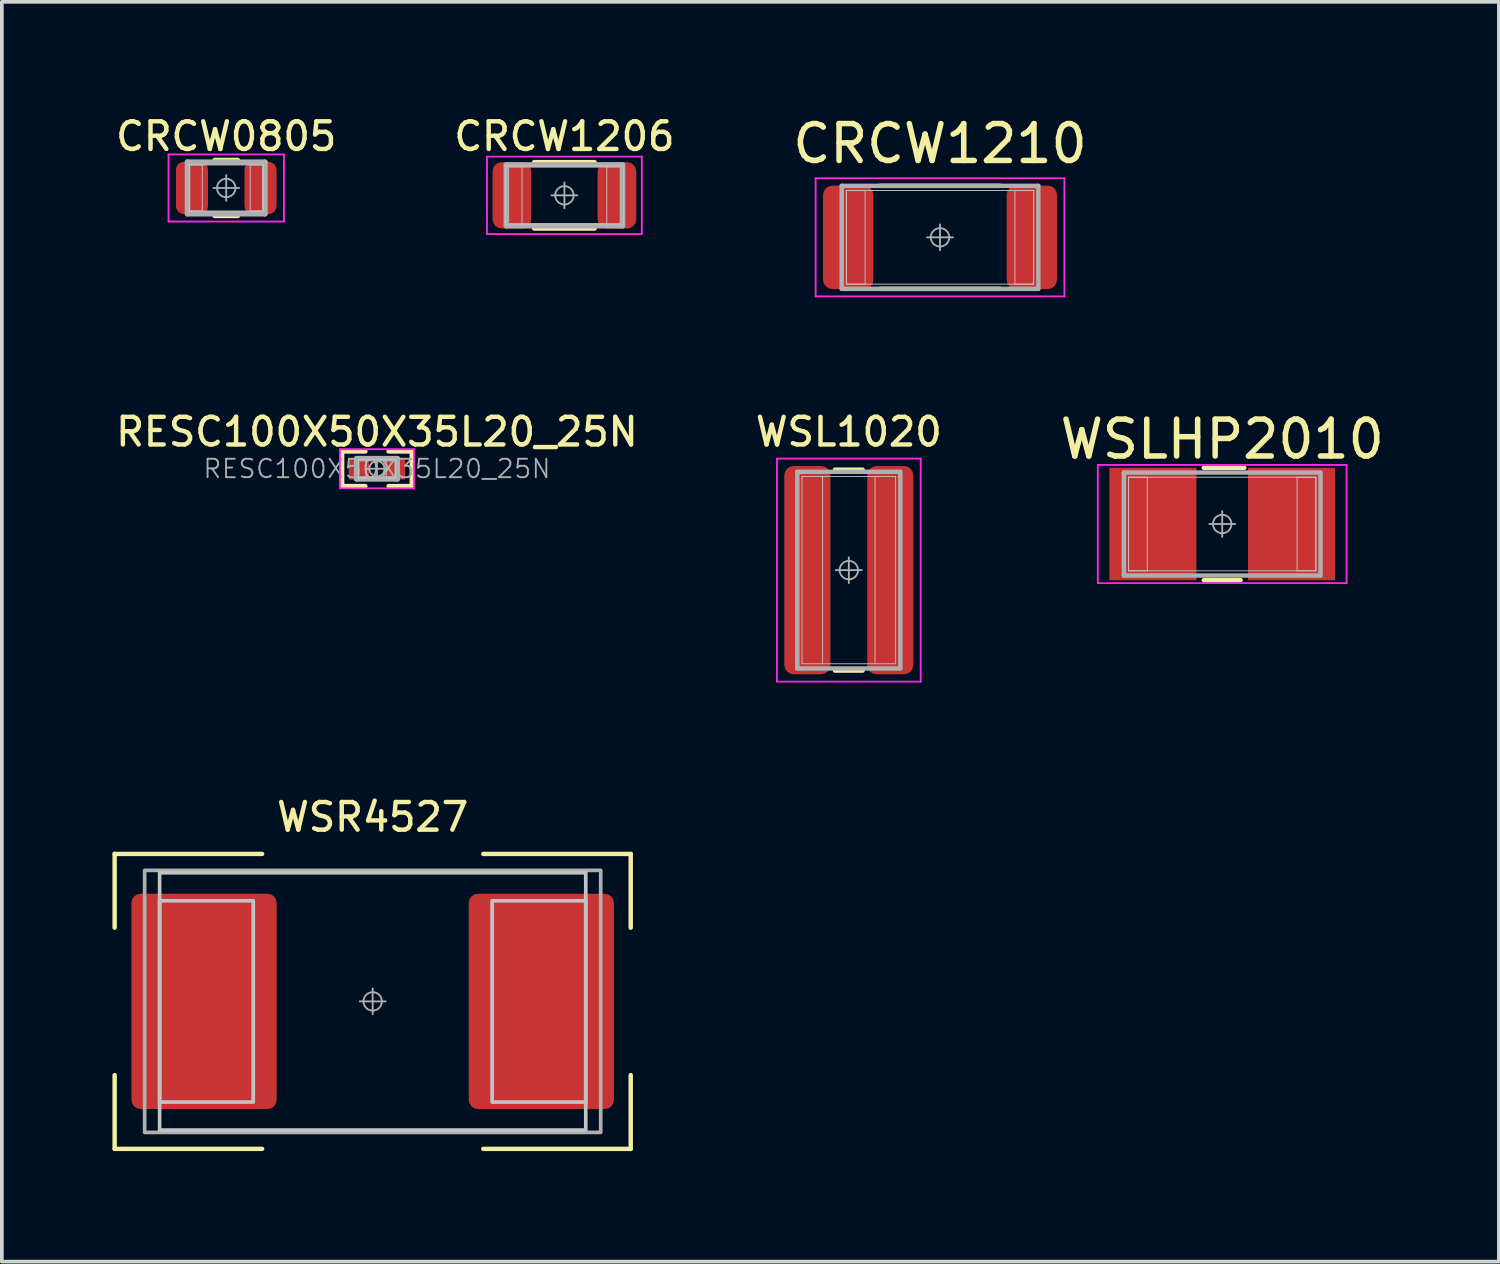
<source format=kicad_pcb>
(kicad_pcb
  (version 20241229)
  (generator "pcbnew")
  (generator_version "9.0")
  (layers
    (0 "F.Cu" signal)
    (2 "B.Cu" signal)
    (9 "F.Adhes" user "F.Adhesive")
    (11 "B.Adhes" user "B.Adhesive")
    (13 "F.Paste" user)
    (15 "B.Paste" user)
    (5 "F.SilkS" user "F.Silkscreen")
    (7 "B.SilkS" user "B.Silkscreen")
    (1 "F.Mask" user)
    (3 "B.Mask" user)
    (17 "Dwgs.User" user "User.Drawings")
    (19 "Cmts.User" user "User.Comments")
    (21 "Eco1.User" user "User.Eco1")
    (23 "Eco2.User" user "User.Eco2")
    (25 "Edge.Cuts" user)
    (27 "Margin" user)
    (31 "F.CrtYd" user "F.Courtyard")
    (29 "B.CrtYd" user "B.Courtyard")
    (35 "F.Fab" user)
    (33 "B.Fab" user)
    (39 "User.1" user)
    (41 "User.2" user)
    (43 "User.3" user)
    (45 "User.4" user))
  (footprint "CRCW1210"
    (layer "F.Cu")
    (at 22.45 3.388)
    (property "Reference" "CRCW1210" (at 0 -2.54 0) (layer "F.SilkS") (effects (font (size 1 1) (thickness 0.15))))
    (attr smd)
    (fp_line (start -1.628 -1.397) (end 1.628 -1.397) (stroke (width 0.12) (type solid)) (layer "F.SilkS"))
    (fp_line (start -1.628 1.397) (end 1.628 1.397) (stroke (width 0.12) (type solid)) (layer "F.SilkS"))
    (fp_line (start -2.54 -1.27) (end -2.032 -1.27) (stroke (width 0.025) (type solid)) (layer "Dwgs.User"))
    (fp_line (start -2.54 -1.27) (end 2.54 -1.27) (stroke (width 0.025) (type solid)) (layer "Dwgs.User"))
    (fp_line (start -2.54 1.27) (end -2.54 -1.27) (stroke (width 0.025) (type solid)) (layer "Dwgs.User"))
    (fp_line (start -2.54 1.27) (end -2.54 -1.27) (stroke (width 0.025) (type solid)) (layer "Dwgs.User"))
    (fp_line (start -2.032 -1.27) (end -2.032 1.27) (stroke (width 0.025) (type solid)) (layer "Dwgs.User"))
    (fp_line (start -2.032 1.27) (end -2.54 1.27) (stroke (width 0.025) (type solid)) (layer "Dwgs.User"))
    (fp_line (start 2.032 -1.27) (end 2.54 -1.27) (stroke (width 0.025) (type solid)) (layer "Dwgs.User"))
    (fp_line (start 2.032 1.27) (end 2.032 -1.27) (stroke (width 0.025) (type solid)) (layer "Dwgs.User"))
    (fp_line (start 2.54 -1.27) (end 2.54 1.27) (stroke (width 0.025) (type solid)) (layer "Dwgs.User"))
    (fp_line (start 2.54 -1.27) (end 2.54 1.27) (stroke (width 0.025) (type solid)) (layer "Dwgs.User"))
    (fp_line (start 2.54 1.27) (end -2.54 1.27) (stroke (width 0.025) (type solid)) (layer "Dwgs.User"))
    (fp_line (start 2.54 1.27) (end 2.032 1.27) (stroke (width 0.025) (type solid)) (layer "Dwgs.User"))
    (fp_line (start -3.374 -1.603) (end 3.374 -1.603) (stroke (width 0.05) (type solid)) (layer "F.CrtYd"))
    (fp_line (start -3.374 1.603) (end -3.374 -1.603) (stroke (width 0.05) (type solid)) (layer "F.CrtYd"))
    (fp_line (start 3.374 -1.603) (end 3.374 1.603) (stroke (width 0.05) (type solid)) (layer "F.CrtYd"))
    (fp_line (start 3.374 1.603) (end -3.374 1.603) (stroke (width 0.05) (type solid)) (layer "F.CrtYd"))
    (fp_line (start -2.667 -1.397) (end 2.667 -1.397) (stroke (width 0.12) (type solid)) (layer "F.Fab"))
    (fp_line (start -2.667 1.397) (end -2.667 -1.397) (stroke (width 0.12) (type solid)) (layer "F.Fab"))
    (fp_line (start 0 -0.35) (end 0 0.35) (stroke (width 0.05) (type solid)) (layer "F.Fab"))
    (fp_line (start 0.35 0) (end -0.35 0) (stroke (width 0.05) (type solid)) (layer "F.Fab"))
    (fp_line (start 2.667 -1.397) (end 2.667 1.397) (stroke (width 0.12) (type solid)) (layer "F.Fab"))
    (fp_line (start 2.667 1.397) (end -2.667 1.397) (stroke (width 0.12) (type solid)) (layer "F.Fab"))
    (fp_circle (center 0 0) (end 0.25 0) (stroke (width 0.05) (type solid)) (fill no) (layer "F.Fab"))
    (pad "1" smd roundrect (at -2.491 0) (size 1.365 2.806) (layers "F.Cu" "F.Mask" "F.Paste") (roundrect_rratio 0.183))
    (pad "2" smd roundrect (at 2.491 0) (size 1.365 2.806) (layers "F.Cu" "F.Mask" "F.Paste") (roundrect_rratio 0.183)))
  (footprint "WSR4527"
    (layer "F.Cu")
    (at 7.06 24.115)
    (property "Reference" "WSR4527" (at 0 -5 0) (layer "F.SilkS") (effects (font (size 0.75 0.75) (thickness 0.12))))
    (attr smd)
    (fp_line (start -7 -4) (end -7 -2) (stroke (width 0.12) (type solid)) (layer "F.SilkS"))
    (fp_line (start -7 2) (end -7 4) (stroke (width 0.12) (type solid)) (layer "F.SilkS"))
    (fp_line (start -7 4) (end -3 4) (stroke (width 0.12) (type solid)) (layer "F.SilkS"))
    (fp_line (start -3 -4) (end -7 -4) (stroke (width 0.12) (type solid)) (layer "F.SilkS"))
    (fp_line (start 3 4) (end 7 4) (stroke (width 0.12) (type solid)) (layer "F.SilkS"))
    (fp_line (start 7 -4) (end 3 -4) (stroke (width 0.12) (type solid)) (layer "F.SilkS"))
    (fp_line (start 7 -2) (end 7 -4) (stroke (width 0.12) (type solid)) (layer "F.SilkS"))
    (fp_line (start 7 4) (end 7 2) (stroke (width 0.12) (type solid)) (layer "F.SilkS"))
    (fp_rect (start -5.78 -3.49) (end 5.78 3.49) (stroke (width 0.1) (type solid)) (fill no) (layer "Dwgs.User"))
    (fp_rect (start -5.78 -2.73) (end -3.24 2.73) (stroke (width 0.1) (type solid)) (fill no) (layer "Dwgs.User"))
    (fp_rect (start 3.24 -2.73) (end 5.78 2.73) (stroke (width 0.1) (type solid)) (fill no) (layer "Dwgs.User"))
    (fp_line (start 0 -0.35) (end 0 0.35) (stroke (width 0.05) (type solid)) (layer "F.Fab"))
    (fp_line (start 0.35 0) (end -0.35 0) (stroke (width 0.05) (type solid)) (layer "F.Fab"))
    (fp_rect (start -6.186 -3.554) (end 6.186 3.554) (stroke (width 0.1) (type solid)) (fill no) (layer "F.Fab"))
    (fp_circle (center 0 0) (end 0.25 0) (stroke (width 0.05) (type solid)) (fill no) (layer "F.Fab"))
    (pad "1" smd roundrect (at -4.575 0) (size 3.94 5.84) (layers "F.Cu" "F.Mask" "F.Paste") (roundrect_rratio 0.063))
    (pad "2" smd roundrect (at 4.575 0) (size 3.94 5.84) (layers "F.Cu" "F.Mask" "F.Paste") (roundrect_rratio 0.063)))
  (footprint "RESC100X50X35L20_25N"
    (layer "F.Cu")
    (at 7.176 9.666)
    (property "Reference" "RESC100X50X35L20_25N" (at 0 -1 0) (layer "F.SilkS") (effects (font (size 0.75 0.75) (thickness 0.12))))
    (attr smd)
    (fp_line (start -0.945 -0.47) (end -0.315 -0.47) (stroke (width 0.12) (type solid)) (layer "F.SilkS"))
    (fp_line (start -0.945 0.47) (end -0.945 -0.47) (stroke (width 0.12) (type solid)) (layer "F.SilkS"))
    (fp_line (start -0.315 0.47) (end -0.945 0.47) (stroke (width 0.12) (type solid)) (layer "F.SilkS"))
    (fp_line (start 0.315 0.47) (end 0.945 0.47) (stroke (width 0.12) (type solid)) (layer "F.SilkS"))
    (fp_line (start 0.945 -0.47) (end 0.315 -0.47) (stroke (width 0.12) (type solid)) (layer "F.SilkS"))
    (fp_line (start 0.945 0.47) (end 0.945 -0.47) (stroke (width 0.12) (type solid)) (layer "F.SilkS"))
    (fp_line (start -0.5 -0.25) (end -0.3 -0.25) (stroke (width 0.025) (type solid)) (layer "Dwgs.User"))
    (fp_line (start -0.5 -0.25) (end 0.5 -0.25) (stroke (width 0.025) (type solid)) (layer "Dwgs.User"))
    (fp_line (start -0.5 0.25) (end -0.5 -0.25) (stroke (width 0.025) (type solid)) (layer "Dwgs.User"))
    (fp_line (start -0.5 0.25) (end -0.5 -0.25) (stroke (width 0.025) (type solid)) (layer "Dwgs.User"))
    (fp_line (start -0.3 -0.25) (end -0.3 0.25) (stroke (width 0.025) (type solid)) (layer "Dwgs.User"))
    (fp_line (start -0.3 0.25) (end -0.5 0.25) (stroke (width 0.025) (type solid)) (layer "Dwgs.User"))
    (fp_line (start 0.25 -0.25) (end 0.5 -0.25) (stroke (width 0.025) (type solid)) (layer "Dwgs.User"))
    (fp_line (start 0.25 0.25) (end 0.25 -0.25) (stroke (width 0.025) (type solid)) (layer "Dwgs.User"))
    (fp_line (start 0.5 -0.25) (end 0.5 0.25) (stroke (width 0.025) (type solid)) (layer "Dwgs.User"))
    (fp_line (start 0.5 -0.25) (end 0.5 0.25) (stroke (width 0.025) (type solid)) (layer "Dwgs.User"))
    (fp_line (start 0.5 0.25) (end -0.5 0.25) (stroke (width 0.025) (type solid)) (layer "Dwgs.User"))
    (fp_line (start 0.5 0.25) (end 0.25 0.25) (stroke (width 0.025) (type solid)) (layer "Dwgs.User"))
    (fp_line (start -1.005 -0.53) (end 1.005 -0.53) (stroke (width 0.05) (type solid)) (layer "F.CrtYd"))
    (fp_line (start -1.005 0.53) (end -1.005 -0.53) (stroke (width 0.05) (type solid)) (layer "F.CrtYd"))
    (fp_line (start 1.005 -0.53) (end 1.005 0.53) (stroke (width 0.05) (type solid)) (layer "F.CrtYd"))
    (fp_line (start 1.005 0.53) (end -1.005 0.53) (stroke (width 0.05) (type solid)) (layer "F.CrtYd"))
    (fp_line (start -0.55 -0.275) (end 0.55 -0.275) (stroke (width 0.15) (type solid)) (layer "F.Fab"))
    (fp_line (start -0.55 0.275) (end -0.55 -0.275) (stroke (width 0.15) (type solid)) (layer "F.Fab"))
    (fp_line (start 0 -0.278) (end 0 0.278) (stroke (width 0.05) (type solid)) (layer "F.Fab"))
    (fp_line (start 0.278 0) (end -0.278 0) (stroke (width 0.05) (type solid)) (layer "F.Fab"))
    (fp_line (start 0.55 -0.275) (end 0.55 0.275) (stroke (width 0.15) (type solid)) (layer "F.Fab"))
    (fp_line (start 0.55 0.275) (end -0.55 0.275) (stroke (width 0.15) (type solid)) (layer "F.Fab"))
    (fp_circle (center 0 0) (end 0.208 0) (stroke (width 0.05) (type solid)) (fill no) (layer "F.Fab"))
    (fp_text user "${REFERENCE}" (at 0 0 0) (layer "F.Fab") (effects (font (size 0.5 0.5) (thickness 0.05))))
    (pad "1" smd rect (at -0.49 0) (size 0.55 0.58) (layers "F.Cu" "F.Mask" "F.Paste"))
    (pad "2" smd rect (at 0.465 0) (size 0.6 0.58) (layers "F.Cu" "F.Mask" "F.Paste")))
  (footprint "WSL1020"
    (layer "F.Cu")
    (at 19.976 12.416)
    (property "Reference" "WSL1020" (at 0 -3.75 0) (layer "F.SilkS") (effects (font (size 0.75 0.75) (thickness 0.12))))
    (attr smd)
    (fp_line (start -0.375 -2.725) (end 0.375 -2.725) (stroke (width 0.12) (type solid)) (layer "F.SilkS"))
    (fp_line (start -0.375 2.725) (end 0.375 2.725) (stroke (width 0.12) (type solid)) (layer "F.SilkS"))
    (fp_line (start -1.27 -2.54) (end 1.27 -2.54) (stroke (width 0.025) (type solid)) (layer "Dwgs.User"))
    (fp_line (start -1.27 2.54) (end -1.27 -2.54) (stroke (width 0.025) (type solid)) (layer "Dwgs.User"))
    (fp_line (start -0.712 -2.54) (end -0.712 2.54) (stroke (width 0.025) (type solid)) (layer "Dwgs.User"))
    (fp_line (start 0.712 2.54) (end 0.712 -2.54) (stroke (width 0.025) (type solid)) (layer "Dwgs.User"))
    (fp_line (start 1.27 -2.54) (end 1.27 2.54) (stroke (width 0.025) (type solid)) (layer "Dwgs.User"))
    (fp_line (start 1.27 2.54) (end -1.27 2.54) (stroke (width 0.025) (type solid)) (layer "Dwgs.User"))
    (fp_line (start -1.95 -3.025) (end 1.95 -3.025) (stroke (width 0.05) (type solid)) (layer "F.CrtYd"))
    (fp_line (start -1.95 3.025) (end -1.95 -3.025) (stroke (width 0.05) (type solid)) (layer "F.CrtYd"))
    (fp_line (start 1.95 -3.025) (end 1.95 3.025) (stroke (width 0.05) (type solid)) (layer "F.CrtYd"))
    (fp_line (start 1.95 3.025) (end -1.95 3.025) (stroke (width 0.05) (type solid)) (layer "F.CrtYd"))
    (fp_line (start -1.397 -2.667) (end 1.397 -2.667) (stroke (width 0.12) (type solid)) (layer "F.Fab"))
    (fp_line (start -1.397 2.667) (end -1.397 -2.667) (stroke (width 0.12) (type solid)) (layer "F.Fab"))
    (fp_line (start 0 -0.35) (end 0 0.35) (stroke (width 0.05) (type solid)) (layer "F.Fab"))
    (fp_line (start 0.35 0) (end -0.35 0) (stroke (width 0.05) (type solid)) (layer "F.Fab"))
    (fp_line (start 1.397 -2.667) (end 1.397 2.667) (stroke (width 0.12) (type solid)) (layer "F.Fab"))
    (fp_line (start 1.397 2.667) (end -1.397 2.667) (stroke (width 0.12) (type solid)) (layer "F.Fab"))
    (fp_circle (center 0 0) (end 0.25 0) (stroke (width 0.05) (type solid)) (fill no) (layer "F.Fab"))
    (pad "1" smd roundrect (at -1.125 0) (size 1.25 5.65) (layers "F.Cu" "F.Mask" "F.Paste") (roundrect_rratio 0.2))
    (pad "2" smd roundrect (at 1.125 0) (size 1.25 5.65) (layers "F.Cu" "F.Mask" "F.Paste") (roundrect_rratio 0.2)))
  (footprint "CRCW0805"
    (layer "F.Cu")
    (at 3.087 2.049)
    (property "Reference" "CRCW0805" (at 0 -1.4 0) (layer "F.SilkS") (effects (font (size 0.75 0.75) (thickness 0.12))))
    (attr smd)
    (fp_line (start -0.315 -0.76) (end 0.315 -0.76) (stroke (width 0.12) (type solid)) (layer "F.SilkS"))
    (fp_line (start -0.315 0.76) (end 0.315 0.76) (stroke (width 0.12) (type solid)) (layer "F.SilkS"))
    (fp_line (start -1 -0.625) (end -0.65 -0.625) (stroke (width 0.025) (type solid)) (layer "Dwgs.User"))
    (fp_line (start -1 -0.625) (end 1 -0.625) (stroke (width 0.025) (type solid)) (layer "Dwgs.User"))
    (fp_line (start -1 0.625) (end -1 -0.625) (stroke (width 0.025) (type solid)) (layer "Dwgs.User"))
    (fp_line (start -1 0.625) (end -1 -0.625) (stroke (width 0.025) (type solid)) (layer "Dwgs.User"))
    (fp_line (start -0.65 -0.625) (end -0.65 0.625) (stroke (width 0.025) (type solid)) (layer "Dwgs.User"))
    (fp_line (start -0.65 0.625) (end -1 0.625) (stroke (width 0.025) (type solid)) (layer "Dwgs.User"))
    (fp_line (start 0.65 -0.625) (end 1 -0.625) (stroke (width 0.025) (type solid)) (layer "Dwgs.User"))
    (fp_line (start 0.65 0.625) (end 0.65 -0.625) (stroke (width 0.025) (type solid)) (layer "Dwgs.User"))
    (fp_line (start 1 -0.625) (end 1 0.625) (stroke (width 0.025) (type solid)) (layer "Dwgs.User"))
    (fp_line (start 1 -0.625) (end 1 0.625) (stroke (width 0.025) (type solid)) (layer "Dwgs.User"))
    (fp_line (start 1 0.625) (end -1 0.625) (stroke (width 0.025) (type solid)) (layer "Dwgs.User"))
    (fp_line (start 1 0.625) (end 0.65 0.625) (stroke (width 0.025) (type solid)) (layer "Dwgs.User"))
    (fp_line (start -1.565 -0.91) (end 1.565 -0.91) (stroke (width 0.05) (type solid)) (layer "F.CrtYd"))
    (fp_line (start -1.565 0.91) (end -1.565 -0.91) (stroke (width 0.05) (type solid)) (layer "F.CrtYd"))
    (fp_line (start 1.565 -0.91) (end 1.565 0.91) (stroke (width 0.05) (type solid)) (layer "F.CrtYd"))
    (fp_line (start 1.565 0.91) (end -1.565 0.91) (stroke (width 0.05) (type solid)) (layer "F.CrtYd"))
    (fp_line (start -1.05 -0.7) (end 1.05 -0.7) (stroke (width 0.15) (type solid)) (layer "F.Fab"))
    (fp_line (start -1.05 0.7) (end -1.05 -0.7) (stroke (width 0.15) (type solid)) (layer "F.Fab"))
    (fp_line (start 0 -0.35) (end 0 0.35) (stroke (width 0.05) (type solid)) (layer "F.Fab"))
    (fp_line (start 0.35 0) (end -0.35 0) (stroke (width 0.05) (type solid)) (layer "F.Fab"))
    (fp_line (start 1.05 -0.7) (end 1.05 0.7) (stroke (width 0.15) (type solid)) (layer "F.Fab"))
    (fp_line (start 1.05 0.7) (end -1.05 0.7) (stroke (width 0.15) (type solid)) (layer "F.Fab"))
    (fp_circle (center 0 0) (end 0.25 0) (stroke (width 0.05) (type solid)) (fill no) (layer "F.Fab"))
    (pad "1" smd roundrect (at -0.93 0) (size 0.87 1.42) (layers "F.Cu" "F.Mask" "F.Paste") (roundrect_rratio 0.25))
    (pad "2" smd roundrect (at 0.93 0) (size 0.87 1.42) (layers "F.Cu" "F.Mask" "F.Paste") (roundrect_rratio 0.25)))
  (footprint "WSLHP2010"
    (layer "F.Cu")
    (at 30.105 11.165)
    (property "Reference" "WSLHP2010" (at 0 -2.3 0) (layer "F.SilkS") (effects (font (size 1 1) (thickness 0.15))))
    (attr smd)
    (fp_line (start -0.5 -1.525) (end 0.6 -1.525) (stroke (width 0.12) (type solid)) (layer "F.SilkS"))
    (fp_line (start -0.5 1.525) (end 0.5 1.525) (stroke (width 0.12) (type solid)) (layer "F.SilkS"))
    (fp_line (start -2.54 -1.27) (end -2.032 -1.27) (stroke (width 0.025) (type solid)) (layer "Dwgs.User"))
    (fp_line (start -2.54 -1.27) (end 2.54 -1.27) (stroke (width 0.025) (type solid)) (layer "Dwgs.User"))
    (fp_line (start -2.54 1.27) (end -2.54 -1.27) (stroke (width 0.025) (type solid)) (layer "Dwgs.User"))
    (fp_line (start -2.54 1.27) (end -2.54 -1.27) (stroke (width 0.025) (type solid)) (layer "Dwgs.User"))
    (fp_line (start -2.032 -1.27) (end -2.032 1.27) (stroke (width 0.025) (type solid)) (layer "Dwgs.User"))
    (fp_line (start -2.032 1.27) (end -2.54 1.27) (stroke (width 0.025) (type solid)) (layer "Dwgs.User"))
    (fp_line (start 2.032 -1.27) (end 2.54 -1.27) (stroke (width 0.025) (type solid)) (layer "Dwgs.User"))
    (fp_line (start 2.032 1.27) (end 2.032 -1.27) (stroke (width 0.025) (type solid)) (layer "Dwgs.User"))
    (fp_line (start 2.54 -1.27) (end 2.54 1.27) (stroke (width 0.025) (type solid)) (layer "Dwgs.User"))
    (fp_line (start 2.54 -1.27) (end 2.54 1.27) (stroke (width 0.025) (type solid)) (layer "Dwgs.User"))
    (fp_line (start 2.54 1.27) (end -2.54 1.27) (stroke (width 0.025) (type solid)) (layer "Dwgs.User"))
    (fp_line (start 2.54 1.27) (end 2.032 1.27) (stroke (width 0.025) (type solid)) (layer "Dwgs.User"))
    (fp_line (start -3.374 -1.603) (end 3.374 -1.603) (stroke (width 0.05) (type solid)) (layer "F.CrtYd"))
    (fp_line (start -3.374 1.603) (end -3.374 -1.603) (stroke (width 0.05) (type solid)) (layer "F.CrtYd"))
    (fp_line (start 3.374 -1.603) (end 3.374 1.603) (stroke (width 0.05) (type solid)) (layer "F.CrtYd"))
    (fp_line (start 3.374 1.603) (end -3.374 1.603) (stroke (width 0.05) (type solid)) (layer "F.CrtYd"))
    (fp_line (start -2.667 -1.397) (end 2.667 -1.397) (stroke (width 0.12) (type solid)) (layer "F.Fab"))
    (fp_line (start -2.667 1.397) (end -2.667 -1.397) (stroke (width 0.12) (type solid)) (layer "F.Fab"))
    (fp_line (start 0 -0.35) (end 0 0.35) (stroke (width 0.05) (type solid)) (layer "F.Fab"))
    (fp_line (start 0.35 0) (end -0.35 0) (stroke (width 0.05) (type solid)) (layer "F.Fab"))
    (fp_line (start 2.667 -1.397) (end 2.667 1.397) (stroke (width 0.12) (type solid)) (layer "F.Fab"))
    (fp_line (start 2.667 1.397) (end -2.667 1.397) (stroke (width 0.12) (type solid)) (layer "F.Fab"))
    (fp_circle (center 0 0) (end 0.25 0) (stroke (width 0.05) (type solid)) (fill no) (layer "F.Fab"))
    (pad "1" smd rect (at -1.88 0) (size 2.36 3.05) (layers "F.Cu" "F.Mask" "F.Paste"))
    (pad "2" smd rect (at 1.88 0) (size 2.36 3.05) (layers "F.Cu" "F.Mask" "F.Paste")))
  (footprint "CRCW1206"
    (layer "F.Cu")
    (at 12.261 2.249)
    (property "Reference" "CRCW1206" (at 0 -1.6 0) (layer "F.SilkS") (effects (font (size 0.75 0.75) (thickness 0.12))))
    (attr smd)
    (fp_line (start -0.82 -0.9) (end 0.82 -0.9) (stroke (width 0.12) (type solid)) (layer "F.SilkS"))
    (fp_line (start -0.82 0.9) (end 0.82 0.9) (stroke (width 0.12) (type solid)) (layer "F.SilkS"))
    (fp_line (start -1.6 -0.8) (end 1.6 -0.8) (stroke (width 0.025) (type solid)) (layer "Dwgs.User"))
    (fp_line (start -1.6 0.8) (end -1.6 -0.8) (stroke (width 0.025) (type solid)) (layer "Dwgs.User"))
    (fp_line (start -1.15 -0.8) (end -1.15 0.8) (stroke (width 0.025) (type solid)) (layer "Dwgs.User"))
    (fp_line (start 1.15 0.8) (end 1.15 -0.8) (stroke (width 0.025) (type solid)) (layer "Dwgs.User"))
    (fp_line (start 1.6 -0.8) (end 1.6 0.8) (stroke (width 0.025) (type solid)) (layer "Dwgs.User"))
    (fp_line (start 1.6 0.8) (end -1.6 0.8) (stroke (width 0.025) (type solid)) (layer "Dwgs.User"))
    (fp_line (start -2.1 -1.05) (end 2.1 -1.05) (stroke (width 0.05) (type solid)) (layer "F.CrtYd"))
    (fp_line (start -2.1 1.05) (end -2.1 -1.05) (stroke (width 0.05) (type solid)) (layer "F.CrtYd"))
    (fp_line (start 2.1 -1.05) (end 2.1 1.05) (stroke (width 0.05) (type solid)) (layer "F.CrtYd"))
    (fp_line (start 2.1 1.05) (end -2.1 1.05) (stroke (width 0.05) (type solid)) (layer "F.CrtYd"))
    (fp_line (start -1.575 -0.825) (end 1.575 -0.825) (stroke (width 0.15) (type solid)) (layer "F.Fab"))
    (fp_line (start -1.575 0.825) (end -1.575 -0.825) (stroke (width 0.15) (type solid)) (layer "F.Fab"))
    (fp_line (start 0 -0.35) (end 0 0.35) (stroke (width 0.05) (type solid)) (layer "F.Fab"))
    (fp_line (start 0.35 0) (end -0.35 0) (stroke (width 0.05) (type solid)) (layer "F.Fab"))
    (fp_line (start 1.575 -0.825) (end 1.575 0.825) (stroke (width 0.15) (type solid)) (layer "F.Fab"))
    (fp_line (start 1.575 0.825) (end -1.575 0.825) (stroke (width 0.15) (type solid)) (layer "F.Fab"))
    (fp_circle (center 0 0) (end 0.25 0) (stroke (width 0.05) (type solid)) (fill no) (layer "F.Fab"))
    (pad "1" smd roundrect (at -1.425 0) (size 1.05 1.8) (layers "F.Cu" "F.Mask" "F.Paste") (roundrect_rratio 0.238))
    (pad "2" smd roundrect (at 1.425 0) (size 1.05 1.8) (layers "F.Cu" "F.Mask" "F.Paste") (roundrect_rratio 0.238)))
  (gr_rect
    (start -3 -3)
    (end 37.61 31.175)
    (stroke (width 0.1) (type default))
    (fill no)
    (layer "Edge.Cuts")))
</source>
